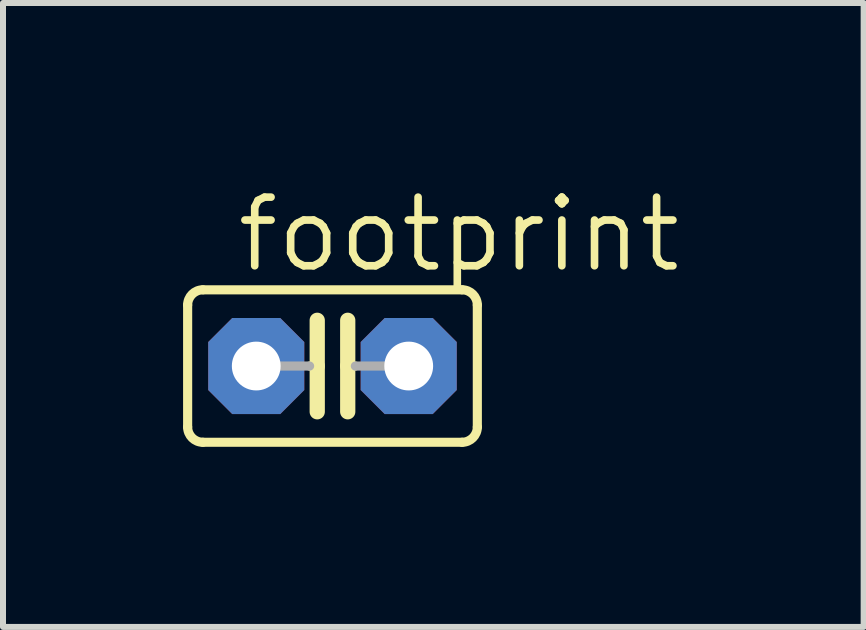
<source format=kicad_pcb>
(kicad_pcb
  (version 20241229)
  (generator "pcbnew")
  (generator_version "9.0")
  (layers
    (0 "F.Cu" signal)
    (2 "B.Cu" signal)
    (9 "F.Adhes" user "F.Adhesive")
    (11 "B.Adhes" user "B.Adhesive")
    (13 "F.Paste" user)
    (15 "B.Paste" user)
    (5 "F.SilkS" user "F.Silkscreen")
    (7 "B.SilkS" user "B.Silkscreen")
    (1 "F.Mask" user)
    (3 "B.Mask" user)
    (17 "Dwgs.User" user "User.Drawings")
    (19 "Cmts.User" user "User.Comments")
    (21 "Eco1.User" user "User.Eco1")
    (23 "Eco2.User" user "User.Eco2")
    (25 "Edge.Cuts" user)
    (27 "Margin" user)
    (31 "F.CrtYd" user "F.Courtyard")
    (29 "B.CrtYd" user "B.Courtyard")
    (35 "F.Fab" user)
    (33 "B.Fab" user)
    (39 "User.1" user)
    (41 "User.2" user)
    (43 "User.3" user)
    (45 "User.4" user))
  (footprint "footprint"
    (layer "F.Cu")
    (at 2.489 3.048)
    (property "Reference" "footprint" (at -1.651 -1.524 0) (layer "F.SilkS") (effects (font (size 1.143 1.143) (thickness 0.127)) (justify left bottom)))
    (fp_line (start -2.413 -1.016) (end -2.413 1.016) (stroke (width 0.152) (type solid)) (layer "F.SilkS"))
    (fp_line (start -2.159 -1.27) (end 2.159 -1.27) (stroke (width 0.152) (type solid)) (layer "F.SilkS"))
    (fp_line (start -0.254 -0.762) (end -0.254 0) (stroke (width 0.254) (type solid)) (layer "F.SilkS"))
    (fp_line (start -0.254 0) (end -0.381 0) (stroke (width 0.152) (type solid)) (layer "F.SilkS"))
    (fp_line (start -0.254 0) (end -0.254 0.762) (stroke (width 0.254) (type solid)) (layer "F.SilkS"))
    (fp_line (start 0.254 0) (end 0.254 -0.762) (stroke (width 0.254) (type solid)) (layer "F.SilkS"))
    (fp_line (start 0.254 0) (end 0.254 0.762) (stroke (width 0.254) (type solid)) (layer "F.SilkS"))
    (fp_line (start 0.381 0) (end 0.254 0) (stroke (width 0.152) (type solid)) (layer "F.SilkS"))
    (fp_line (start 2.159 1.27) (end -2.159 1.27) (stroke (width 0.152) (type solid)) (layer "F.SilkS"))
    (fp_line (start 2.413 -1.016) (end 2.413 1.016) (stroke (width 0.152) (type solid)) (layer "F.SilkS"))
    (fp_arc (start -2.413 -1.016) (mid -2.338605 -1.195605) (end -2.159 -1.27) (stroke (width 0.1524) (type solid)) (layer "F.SilkS"))
    (fp_arc (start -2.159 1.27) (mid -2.338605 1.195605) (end -2.413 1.016) (stroke (width 0.1524) (type solid)) (layer "F.SilkS"))
    (fp_arc (start 2.159 -1.27) (mid 2.338605 -1.195605) (end 2.413 -1.016) (stroke (width 0.1524) (type solid)) (layer "F.SilkS"))
    (fp_arc (start 2.413 1.016) (mid 2.338605 1.195605) (end 2.159 1.27) (stroke (width 0.1524) (type solid)) (layer "F.SilkS"))
    (fp_line (start -0.381 0) (end -1.27 0) (stroke (width 0.152) (type solid)) (layer "F.Fab"))
    (fp_line (start 1.27 0) (end 0.381 0) (stroke (width 0.152) (type solid)) (layer "F.Fab"))
    (pad "1" thru_hole roundrect (at -1.27 0) (size 1.6 1.6) (drill 0.813) (layers "*.Cu" "*.Mask") (roundrect_rratio 0.25) (chamfer_ratio 0.25) (chamfer top_left top_right bottom_left bottom_right))
    (pad "2" thru_hole roundrect (at 1.27 0) (size 1.6 1.6) (drill 0.813) (layers "*.Cu" "*.Mask") (roundrect_rratio 0.25) (chamfer_ratio 0.25) (chamfer top_left top_right bottom_left bottom_right)))
  (gr_rect
    (start -3 -3)
    (end 11.338 7.394)
    (stroke (width 0.1) (type default))
    (fill no)
    (layer "Edge.Cuts")))
</source>
